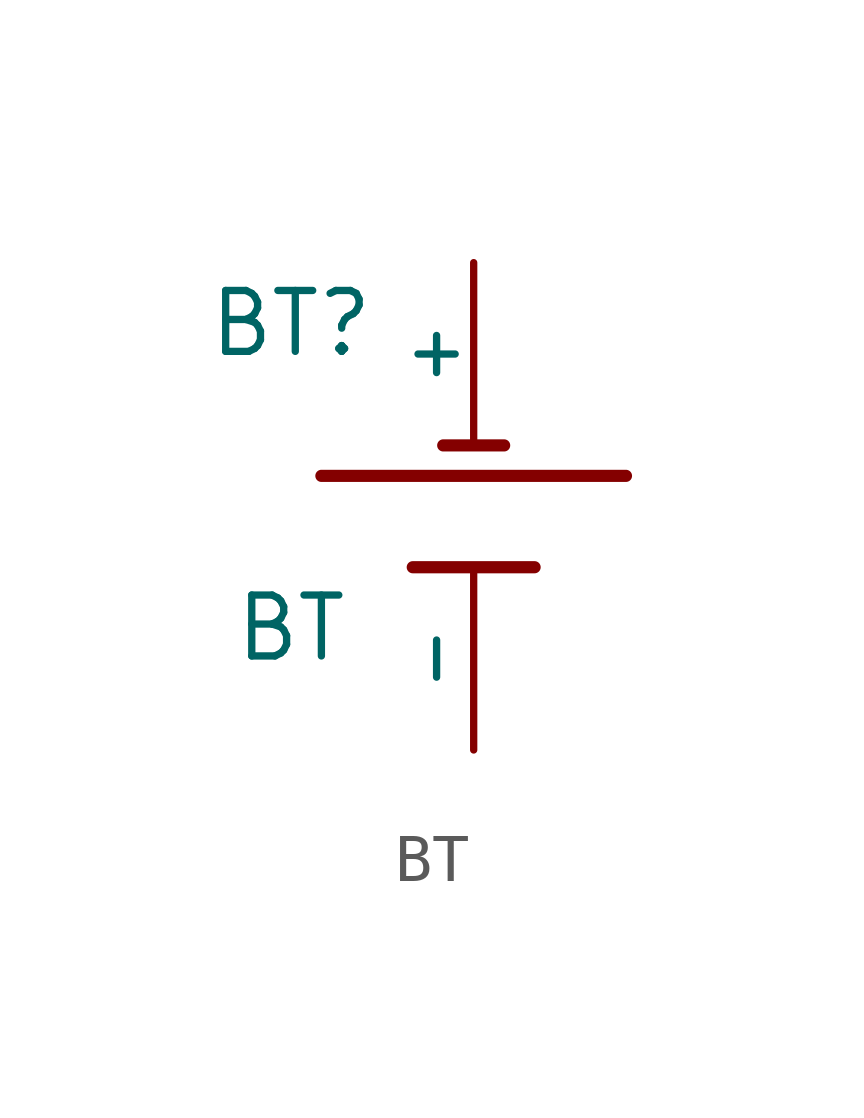
<source format=kicad_sym>
(kicad_symbol_lib
  (version 20211014)
  (generator kicad_symbol_editor)
  (symbol "BT"
    (pin_numbers hide)
    (pin_names
      (offset 0))
    (property "Reference" "BT"
      (at -3.81 3.81 0)
      (effects (font (size 1.27 1.27))))
    (property "Value" "BT"
      (at -3.81 -2.54 0)
      (effects (font (size 1.27 1.27))))
    (symbol "BT_0_1"
      (polyline (pts (xy -3.175 0.635) (xy 3.175 0.635)) (stroke (width 0.254) (type default) (color 0 0 0 0)) (fill (type none)))
      (polyline (pts (xy -1.27 -1.27) (xy 1.27 -1.27)) (stroke (width 0.254) (type default) (color 0 0 0 0)) (fill (type none)))
      (polyline (pts (xy -0.635 1.27) (xy 0.635 1.27)) (stroke (width 0.254) (type default) (color 0 0 0 0)) (fill (type none))))
    (symbol "BT_1_1"
      (pin power_out line (at 0 5.08 270) (length 3.81) (name "+" (effects (font (size 1.016 1.016)))) (number "1" (effects (font (size 1.016 1.016)))))
      (pin passive line (at 0 -5.08 90) (length 3.81) (name "-" (effects (font (size 1.016 1.016)))) (number "2" (effects (font (size 1.016 1.016))))))))
</source>
